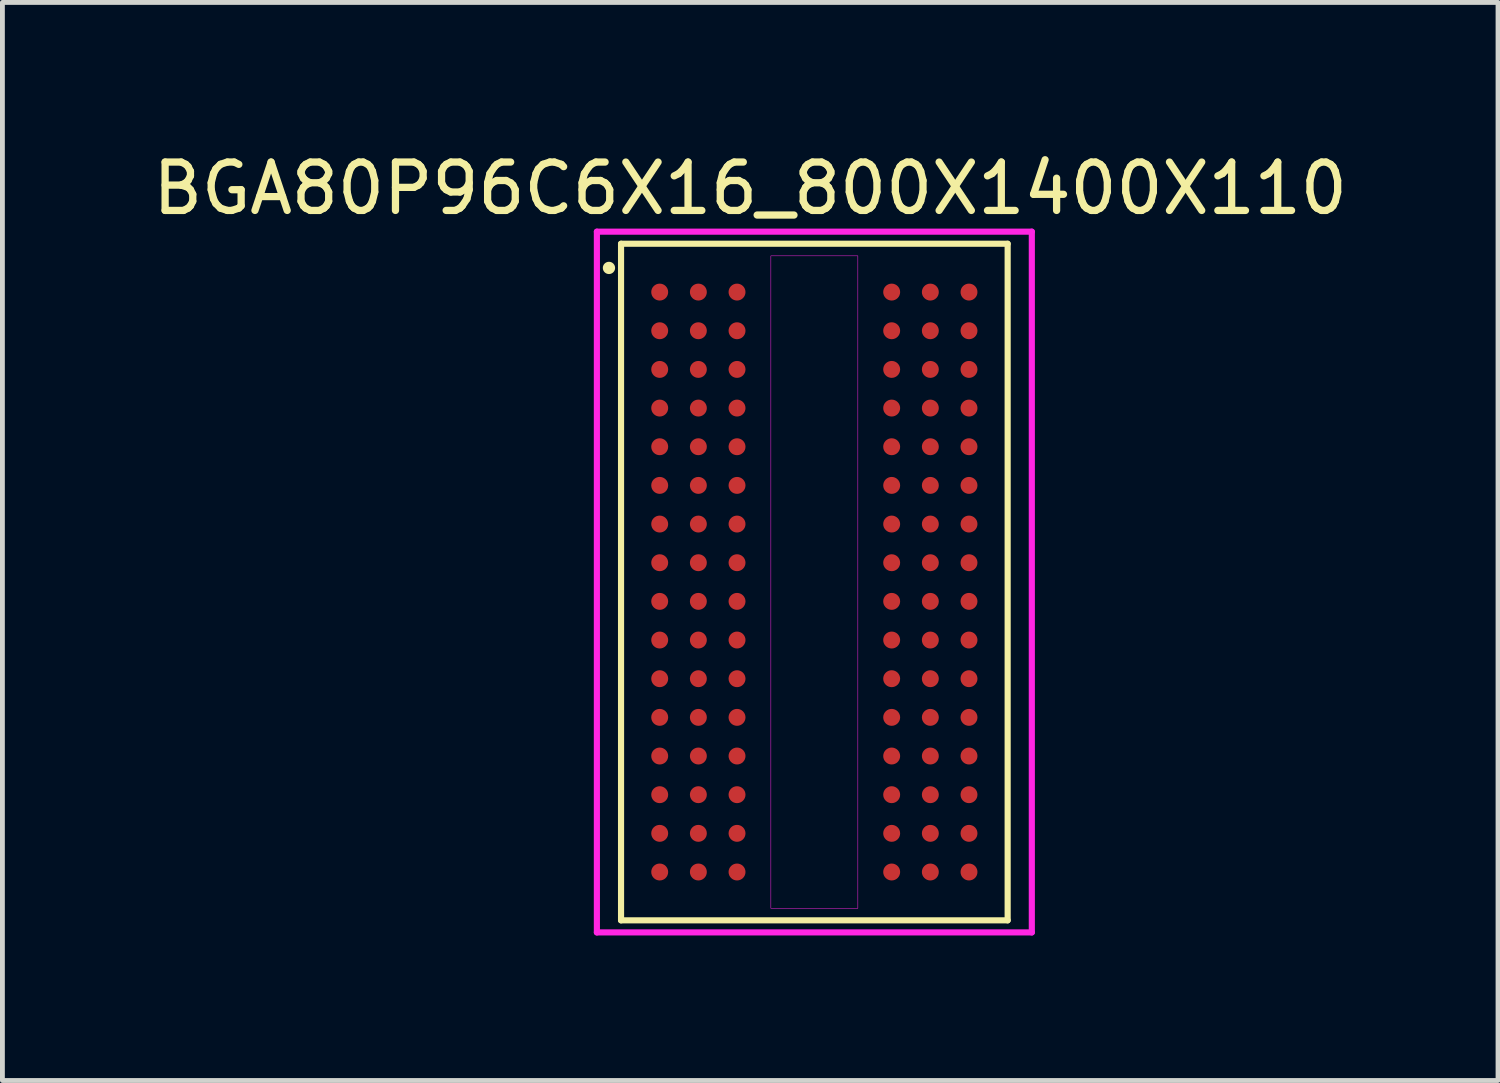
<source format=kicad_pcb>
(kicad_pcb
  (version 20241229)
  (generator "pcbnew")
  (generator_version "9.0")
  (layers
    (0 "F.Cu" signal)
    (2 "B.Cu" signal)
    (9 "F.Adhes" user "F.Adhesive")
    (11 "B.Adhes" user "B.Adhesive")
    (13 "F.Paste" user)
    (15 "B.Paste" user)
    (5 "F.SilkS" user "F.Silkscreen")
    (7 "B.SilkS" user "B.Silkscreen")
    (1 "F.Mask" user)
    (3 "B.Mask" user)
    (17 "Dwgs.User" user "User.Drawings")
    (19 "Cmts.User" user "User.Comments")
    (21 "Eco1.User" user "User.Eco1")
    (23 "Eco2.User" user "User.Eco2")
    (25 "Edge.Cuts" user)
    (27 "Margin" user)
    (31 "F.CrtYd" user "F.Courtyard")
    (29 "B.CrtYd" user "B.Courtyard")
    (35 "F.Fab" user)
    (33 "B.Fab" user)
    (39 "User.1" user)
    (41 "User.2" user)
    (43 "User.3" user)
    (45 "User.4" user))
  (footprint "BGA80P96C6X16_800X1400X110"
    (layer "F.Cu")
    (at 13.801 8.994)
    (property "Reference" "BGA80P96C6X16_800X1400X110" (at -1.327 -8.145 0) (layer "F.SilkS") (effects (font (size 1.001 1.001) (thickness 0.15))))
    (attr smd)
    (fp_line (start -4 -7) (end -4 7) (stroke (width 0.127) (type solid)) (layer "F.SilkS"))
    (fp_line (start -4 7) (end 4 7) (stroke (width 0.127) (type solid)) (layer "F.SilkS"))
    (fp_line (start 4 -7) (end -4 -7) (stroke (width 0.127) (type solid)) (layer "F.SilkS"))
    (fp_line (start 4 7) (end 4 -7) (stroke (width 0.127) (type solid)) (layer "F.SilkS"))
    (fp_circle (center -4.25 -6.5) (end -4.123 -6.5) (stroke (width 0) (type solid)) (fill yes) (layer "F.SilkS"))
    (fp_line (start -4.5 -7.25) (end 4.5 -7.25) (stroke (width 0.127) (type solid)) (layer "F.CrtYd"))
    (fp_line (start -4.5 7.25) (end -4.5 -7.25) (stroke (width 0.127) (type solid)) (layer "F.CrtYd"))
    (fp_line (start 4.5 -7.25) (end 4.5 7.25) (stroke (width 0.127) (type solid)) (layer "F.CrtYd"))
    (fp_line (start 4.5 7.25) (end -4.5 7.25) (stroke (width 0.127) (type solid)) (layer "F.CrtYd"))
    (fp_poly (pts (xy -0.9 -6.75) (xy 0.9 -6.75) (xy 0.9 6.752) (xy -0.9 6.752)) (stroke (width 0.01) (type solid)) (fill no) (layer "F.CrtYd"))
    (pad "A1" smd circle (at -3.2 -6) (size 0.35 0.35) (layers "F.Cu" "F.Mask" "F.Paste"))
    (pad "A2" smd circle (at -2.4 -6) (size 0.35 0.35) (layers "F.Cu" "F.Mask" "F.Paste"))
    (pad "A3" smd circle (at -1.6 -6) (size 0.35 0.35) (layers "F.Cu" "F.Mask" "F.Paste"))
    (pad "A7" smd circle (at 1.6 -6) (size 0.35 0.35) (layers "F.Cu" "F.Mask" "F.Paste"))
    (pad "A8" smd circle (at 2.4 -6) (size 0.35 0.35) (layers "F.Cu" "F.Mask" "F.Paste"))
    (pad "A9" smd circle (at 3.2 -6) (size 0.35 0.35) (layers "F.Cu" "F.Mask" "F.Paste"))
    (pad "B1" smd circle (at -3.2 -5.2) (size 0.35 0.35) (layers "F.Cu" "F.Mask" "F.Paste"))
    (pad "B2" smd circle (at -2.4 -5.2) (size 0.35 0.35) (layers "F.Cu" "F.Mask" "F.Paste"))
    (pad "B3" smd circle (at -1.6 -5.2) (size 0.35 0.35) (layers "F.Cu" "F.Mask" "F.Paste"))
    (pad "B7" smd circle (at 1.6 -5.2) (size 0.35 0.35) (layers "F.Cu" "F.Mask" "F.Paste"))
    (pad "B8" smd circle (at 2.4 -5.2) (size 0.35 0.35) (layers "F.Cu" "F.Mask" "F.Paste"))
    (pad "B9" smd circle (at 3.2 -5.2) (size 0.35 0.35) (layers "F.Cu" "F.Mask" "F.Paste"))
    (pad "C1" smd circle (at -3.2 -4.4) (size 0.35 0.35) (layers "F.Cu" "F.Mask" "F.Paste"))
    (pad "C2" smd circle (at -2.4 -4.4) (size 0.35 0.35) (layers "F.Cu" "F.Mask" "F.Paste"))
    (pad "C3" smd circle (at -1.6 -4.4) (size 0.35 0.35) (layers "F.Cu" "F.Mask" "F.Paste"))
    (pad "C7" smd circle (at 1.6 -4.4) (size 0.35 0.35) (layers "F.Cu" "F.Mask" "F.Paste"))
    (pad "C8" smd circle (at 2.4 -4.4) (size 0.35 0.35) (layers "F.Cu" "F.Mask" "F.Paste"))
    (pad "C9" smd circle (at 3.2 -4.4) (size 0.35 0.35) (layers "F.Cu" "F.Mask" "F.Paste"))
    (pad "D1" smd circle (at -3.2 -3.6) (size 0.35 0.35) (layers "F.Cu" "F.Mask" "F.Paste"))
    (pad "D2" smd circle (at -2.4 -3.6) (size 0.35 0.35) (layers "F.Cu" "F.Mask" "F.Paste"))
    (pad "D3" smd circle (at -1.6 -3.6) (size 0.35 0.35) (layers "F.Cu" "F.Mask" "F.Paste"))
    (pad "D7" smd circle (at 1.6 -3.6) (size 0.35 0.35) (layers "F.Cu" "F.Mask" "F.Paste"))
    (pad "D8" smd circle (at 2.4 -3.6) (size 0.35 0.35) (layers "F.Cu" "F.Mask" "F.Paste"))
    (pad "D9" smd circle (at 3.2 -3.6) (size 0.35 0.35) (layers "F.Cu" "F.Mask" "F.Paste"))
    (pad "E1" smd circle (at -3.2 -2.8) (size 0.35 0.35) (layers "F.Cu" "F.Mask" "F.Paste"))
    (pad "E2" smd circle (at -2.4 -2.8) (size 0.35 0.35) (layers "F.Cu" "F.Mask" "F.Paste"))
    (pad "E3" smd circle (at -1.6 -2.8) (size 0.35 0.35) (layers "F.Cu" "F.Mask" "F.Paste"))
    (pad "E7" smd circle (at 1.6 -2.8) (size 0.35 0.35) (layers "F.Cu" "F.Mask" "F.Paste"))
    (pad "E8" smd circle (at 2.4 -2.8) (size 0.35 0.35) (layers "F.Cu" "F.Mask" "F.Paste"))
    (pad "E9" smd circle (at 3.2 -2.8) (size 0.35 0.35) (layers "F.Cu" "F.Mask" "F.Paste"))
    (pad "F1" smd circle (at -3.2 -2) (size 0.35 0.35) (layers "F.Cu" "F.Mask" "F.Paste"))
    (pad "F2" smd circle (at -2.4 -2) (size 0.35 0.35) (layers "F.Cu" "F.Mask" "F.Paste"))
    (pad "F3" smd circle (at -1.6 -2) (size 0.35 0.35) (layers "F.Cu" "F.Mask" "F.Paste"))
    (pad "F7" smd circle (at 1.6 -2) (size 0.35 0.35) (layers "F.Cu" "F.Mask" "F.Paste"))
    (pad "F8" smd circle (at 2.4 -2) (size 0.35 0.35) (layers "F.Cu" "F.Mask" "F.Paste"))
    (pad "F9" smd circle (at 3.2 -2) (size 0.35 0.35) (layers "F.Cu" "F.Mask" "F.Paste"))
    (pad "G1" smd circle (at -3.2 -1.2) (size 0.35 0.35) (layers "F.Cu" "F.Mask" "F.Paste"))
    (pad "G2" smd circle (at -2.4 -1.2) (size 0.35 0.35) (layers "F.Cu" "F.Mask" "F.Paste"))
    (pad "G3" smd circle (at -1.6 -1.2) (size 0.35 0.35) (layers "F.Cu" "F.Mask" "F.Paste"))
    (pad "G7" smd circle (at 1.6 -1.2) (size 0.35 0.35) (layers "F.Cu" "F.Mask" "F.Paste"))
    (pad "G8" smd circle (at 2.4 -1.2) (size 0.35 0.35) (layers "F.Cu" "F.Mask" "F.Paste"))
    (pad "G9" smd circle (at 3.2 -1.2) (size 0.35 0.35) (layers "F.Cu" "F.Mask" "F.Paste"))
    (pad "H1" smd circle (at -3.2 -0.4) (size 0.35 0.35) (layers "F.Cu" "F.Mask" "F.Paste"))
    (pad "H2" smd circle (at -2.4 -0.4) (size 0.35 0.35) (layers "F.Cu" "F.Mask" "F.Paste"))
    (pad "H3" smd circle (at -1.6 -0.4) (size 0.35 0.35) (layers "F.Cu" "F.Mask" "F.Paste"))
    (pad "H7" smd circle (at 1.6 -0.4) (size 0.35 0.35) (layers "F.Cu" "F.Mask" "F.Paste"))
    (pad "H8" smd circle (at 2.4 -0.4) (size 0.35 0.35) (layers "F.Cu" "F.Mask" "F.Paste"))
    (pad "H9" smd circle (at 3.2 -0.4) (size 0.35 0.35) (layers "F.Cu" "F.Mask" "F.Paste"))
    (pad "J1" smd circle (at -3.2 0.4) (size 0.35 0.35) (layers "F.Cu" "F.Mask" "F.Paste"))
    (pad "J2" smd circle (at -2.4 0.4) (size 0.35 0.35) (layers "F.Cu" "F.Mask" "F.Paste"))
    (pad "J3" smd circle (at -1.6 0.4) (size 0.35 0.35) (layers "F.Cu" "F.Mask" "F.Paste"))
    (pad "J7" smd circle (at 1.6 0.4) (size 0.35 0.35) (layers "F.Cu" "F.Mask" "F.Paste"))
    (pad "J8" smd circle (at 2.4 0.4) (size 0.35 0.35) (layers "F.Cu" "F.Mask" "F.Paste"))
    (pad "J9" smd circle (at 3.2 0.4) (size 0.35 0.35) (layers "F.Cu" "F.Mask" "F.Paste"))
    (pad "K1" smd circle (at -3.2 1.2) (size 0.35 0.35) (layers "F.Cu" "F.Mask" "F.Paste"))
    (pad "K2" smd circle (at -2.4 1.2) (size 0.35 0.35) (layers "F.Cu" "F.Mask" "F.Paste"))
    (pad "K3" smd circle (at -1.6 1.2) (size 0.35 0.35) (layers "F.Cu" "F.Mask" "F.Paste"))
    (pad "K7" smd circle (at 1.6 1.2) (size 0.35 0.35) (layers "F.Cu" "F.Mask" "F.Paste"))
    (pad "K8" smd circle (at 2.4 1.2) (size 0.35 0.35) (layers "F.Cu" "F.Mask" "F.Paste"))
    (pad "K9" smd circle (at 3.2 1.2) (size 0.35 0.35) (layers "F.Cu" "F.Mask" "F.Paste"))
    (pad "L1" smd circle (at -3.2 2) (size 0.35 0.35) (layers "F.Cu" "F.Mask" "F.Paste"))
    (pad "L2" smd circle (at -2.4 2) (size 0.35 0.35) (layers "F.Cu" "F.Mask" "F.Paste"))
    (pad "L3" smd circle (at -1.6 2) (size 0.35 0.35) (layers "F.Cu" "F.Mask" "F.Paste"))
    (pad "L7" smd circle (at 1.6 2) (size 0.35 0.35) (layers "F.Cu" "F.Mask" "F.Paste"))
    (pad "L8" smd circle (at 2.4 2) (size 0.35 0.35) (layers "F.Cu" "F.Mask" "F.Paste"))
    (pad "L9" smd circle (at 3.2 2) (size 0.35 0.35) (layers "F.Cu" "F.Mask" "F.Paste"))
    (pad "M1" smd circle (at -3.2 2.8) (size 0.35 0.35) (layers "F.Cu" "F.Mask" "F.Paste"))
    (pad "M2" smd circle (at -2.4 2.8) (size 0.35 0.35) (layers "F.Cu" "F.Mask" "F.Paste"))
    (pad "M3" smd circle (at -1.6 2.8) (size 0.35 0.35) (layers "F.Cu" "F.Mask" "F.Paste"))
    (pad "M7" smd circle (at 1.6 2.8) (size 0.35 0.35) (layers "F.Cu" "F.Mask" "F.Paste"))
    (pad "M8" smd circle (at 2.4 2.8) (size 0.35 0.35) (layers "F.Cu" "F.Mask" "F.Paste"))
    (pad "M9" smd circle (at 3.2 2.8) (size 0.35 0.35) (layers "F.Cu" "F.Mask" "F.Paste"))
    (pad "N1" smd circle (at -3.2 3.6) (size 0.35 0.35) (layers "F.Cu" "F.Mask" "F.Paste"))
    (pad "N2" smd circle (at -2.4 3.6) (size 0.35 0.35) (layers "F.Cu" "F.Mask" "F.Paste"))
    (pad "N3" smd circle (at -1.6 3.6) (size 0.35 0.35) (layers "F.Cu" "F.Mask" "F.Paste"))
    (pad "N7" smd circle (at 1.6 3.6) (size 0.35 0.35) (layers "F.Cu" "F.Mask" "F.Paste"))
    (pad "N8" smd circle (at 2.4 3.6) (size 0.35 0.35) (layers "F.Cu" "F.Mask" "F.Paste"))
    (pad "N9" smd circle (at 3.2 3.6) (size 0.35 0.35) (layers "F.Cu" "F.Mask" "F.Paste"))
    (pad "P1" smd circle (at -3.2 4.4) (size 0.35 0.35) (layers "F.Cu" "F.Mask" "F.Paste"))
    (pad "P2" smd circle (at -2.4 4.4) (size 0.35 0.35) (layers "F.Cu" "F.Mask" "F.Paste"))
    (pad "P3" smd circle (at -1.6 4.4) (size 0.35 0.35) (layers "F.Cu" "F.Mask" "F.Paste"))
    (pad "P7" smd circle (at 1.6 4.4) (size 0.35 0.35) (layers "F.Cu" "F.Mask" "F.Paste"))
    (pad "P8" smd circle (at 2.4 4.4) (size 0.35 0.35) (layers "F.Cu" "F.Mask" "F.Paste"))
    (pad "P9" smd circle (at 3.2 4.4) (size 0.35 0.35) (layers "F.Cu" "F.Mask" "F.Paste"))
    (pad "R1" smd circle (at -3.2 5.2) (size 0.35 0.35) (layers "F.Cu" "F.Mask" "F.Paste"))
    (pad "R2" smd circle (at -2.4 5.2) (size 0.35 0.35) (layers "F.Cu" "F.Mask" "F.Paste"))
    (pad "R3" smd circle (at -1.6 5.2) (size 0.35 0.35) (layers "F.Cu" "F.Mask" "F.Paste"))
    (pad "R7" smd circle (at 1.6 5.2) (size 0.35 0.35) (layers "F.Cu" "F.Mask" "F.Paste"))
    (pad "R8" smd circle (at 2.4 5.2) (size 0.35 0.35) (layers "F.Cu" "F.Mask" "F.Paste"))
    (pad "R9" smd circle (at 3.2 5.2) (size 0.35 0.35) (layers "F.Cu" "F.Mask" "F.Paste"))
    (pad "T1" smd circle (at -3.2 6) (size 0.35 0.35) (layers "F.Cu" "F.Mask" "F.Paste"))
    (pad "T2" smd circle (at -2.4 6) (size 0.35 0.35) (layers "F.Cu" "F.Mask" "F.Paste"))
    (pad "T3" smd circle (at -1.6 6) (size 0.35 0.35) (layers "F.Cu" "F.Mask" "F.Paste"))
    (pad "T7" smd circle (at 1.6 6) (size 0.35 0.35) (layers "F.Cu" "F.Mask" "F.Paste"))
    (pad "T8" smd circle (at 2.4 6) (size 0.35 0.35) (layers "F.Cu" "F.Mask" "F.Paste"))
    (pad "T9" smd circle (at 3.2 6) (size 0.35 0.35) (layers "F.Cu" "F.Mask" "F.Paste")))
  (gr_rect
    (start -3 -3)
    (end 27.948 19.308)
    (stroke (width 0.1) (type default))
    (fill no)
    (layer "Edge.Cuts")))
</source>
